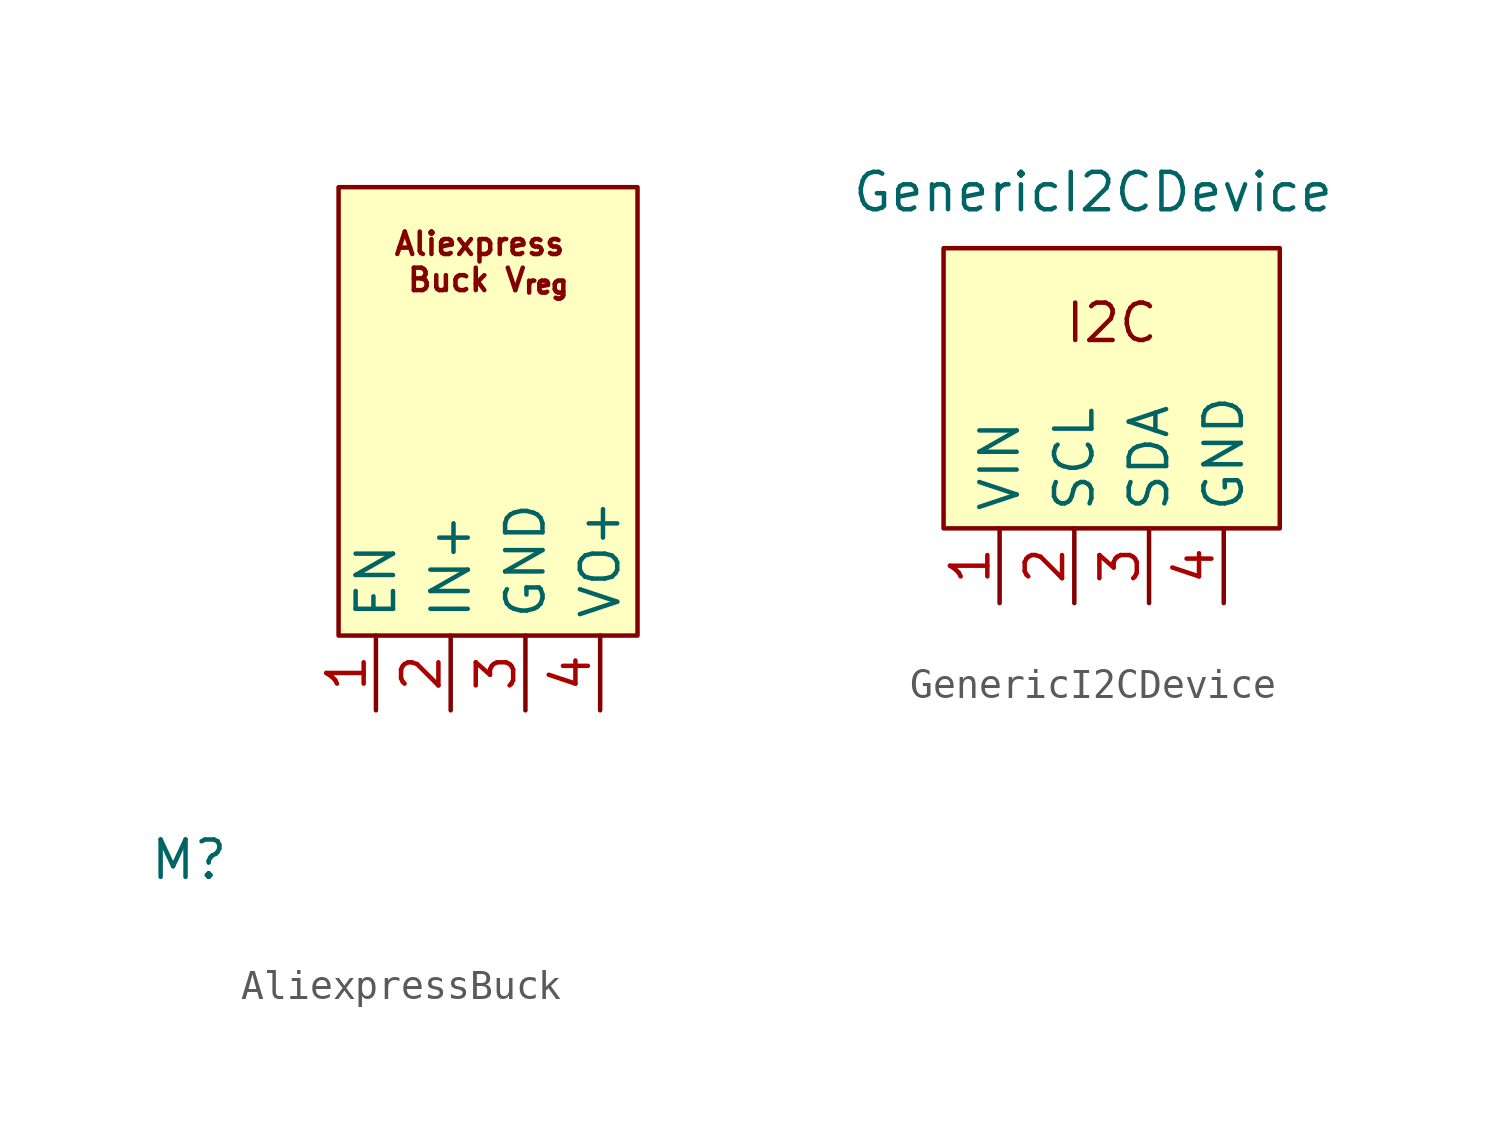
<source format=kicad_sym>
(kicad_symbol_lib
  (version 20220914)
  (generator kicad_symbol_editor)
  (symbol "AliexpressBuck"
    (property "Reference" "M"
      (at -8.89 -6.35 0)
      (effects (font (size 1.27 1.27))))
    (property "Value" ""
      (at 0 0 0)
      (effects (font (size 1.27 1.27))))
    (symbol "AliexpressBuck_0_0"
      (pin passive line (at -2.54 -1.27 90) (length 2.54) (name "EN" (effects (font (size 1.27 1.27)))) (number "1" (effects (font (size 1.27 1.27)))))
      (pin passive line (at 0 -1.27 90) (length 2.54) (name "IN+" (effects (font (size 1.27 1.27)))) (number "2" (effects (font (size 1.27 1.27)))))
      (pin passive line (at 2.54 -1.27 90) (length 2.54) (name "GND" (effects (font (size 1.27 1.27)))) (number "3" (effects (font (size 1.27 1.27)))))
      (pin power_out line (at 5.08 -1.27 90) (length 2.54) (name "VO+" (effects (font (size 1.27 1.27)))) (number "4" (effects (font (size 1.27 1.27))))))
    (symbol "AliexpressBuck_1_1"
      (rectangle (start -3.81 16.51) (end 6.35 1.27) (stroke (width 0) (type default)) (fill (type background)))
      (text "Aliexpress \nBuck V_{reg}" (at 1.27 13.97 0) (effects (font (size 0.762 0.762))))))
  (symbol "GenericI2CDevice"
    (property "Reference" "M"
      (at 2.54 6.985 0)
      (effects (font (size 1.27 1.27)) hide))
    (property "Value" "GenericI2CDevice"
      (at 3.175 7.62 0)
      (effects (font (size 1.27 1.27))))
    (symbol "GenericI2CDevice_0_0"
      (pin passive line (at 0 -6.35 90) (length 2.54) (name "VIN" (effects (font (size 1.27 1.27)))) (number "1" (effects (font (size 1.27 1.27)))))
      (pin passive line (at 2.54 -6.35 90) (length 2.54) (name "SCL" (effects (font (size 1.27 1.27)))) (number "2" (effects (font (size 1.27 1.27)))))
      (pin passive line (at 5.08 -6.35 90) (length 2.54) (name "SDA" (effects (font (size 1.27 1.27)))) (number "3" (effects (font (size 1.27 1.27)))))
      (pin passive line (at 7.62 -6.35 90) (length 2.54) (name "GND" (effects (font (size 1.27 1.27)))) (number "4" (effects (font (size 1.27 1.27))))))
    (symbol "GenericI2CDevice_1_1"
      (rectangle (start -1.905 5.715) (end 9.525 -3.81) (stroke (width 0) (type default)) (fill (type background)))
      (text "I2C" (at 3.81 3.175 0) (effects (font (size 1.27 1.27)))))))
</source>
